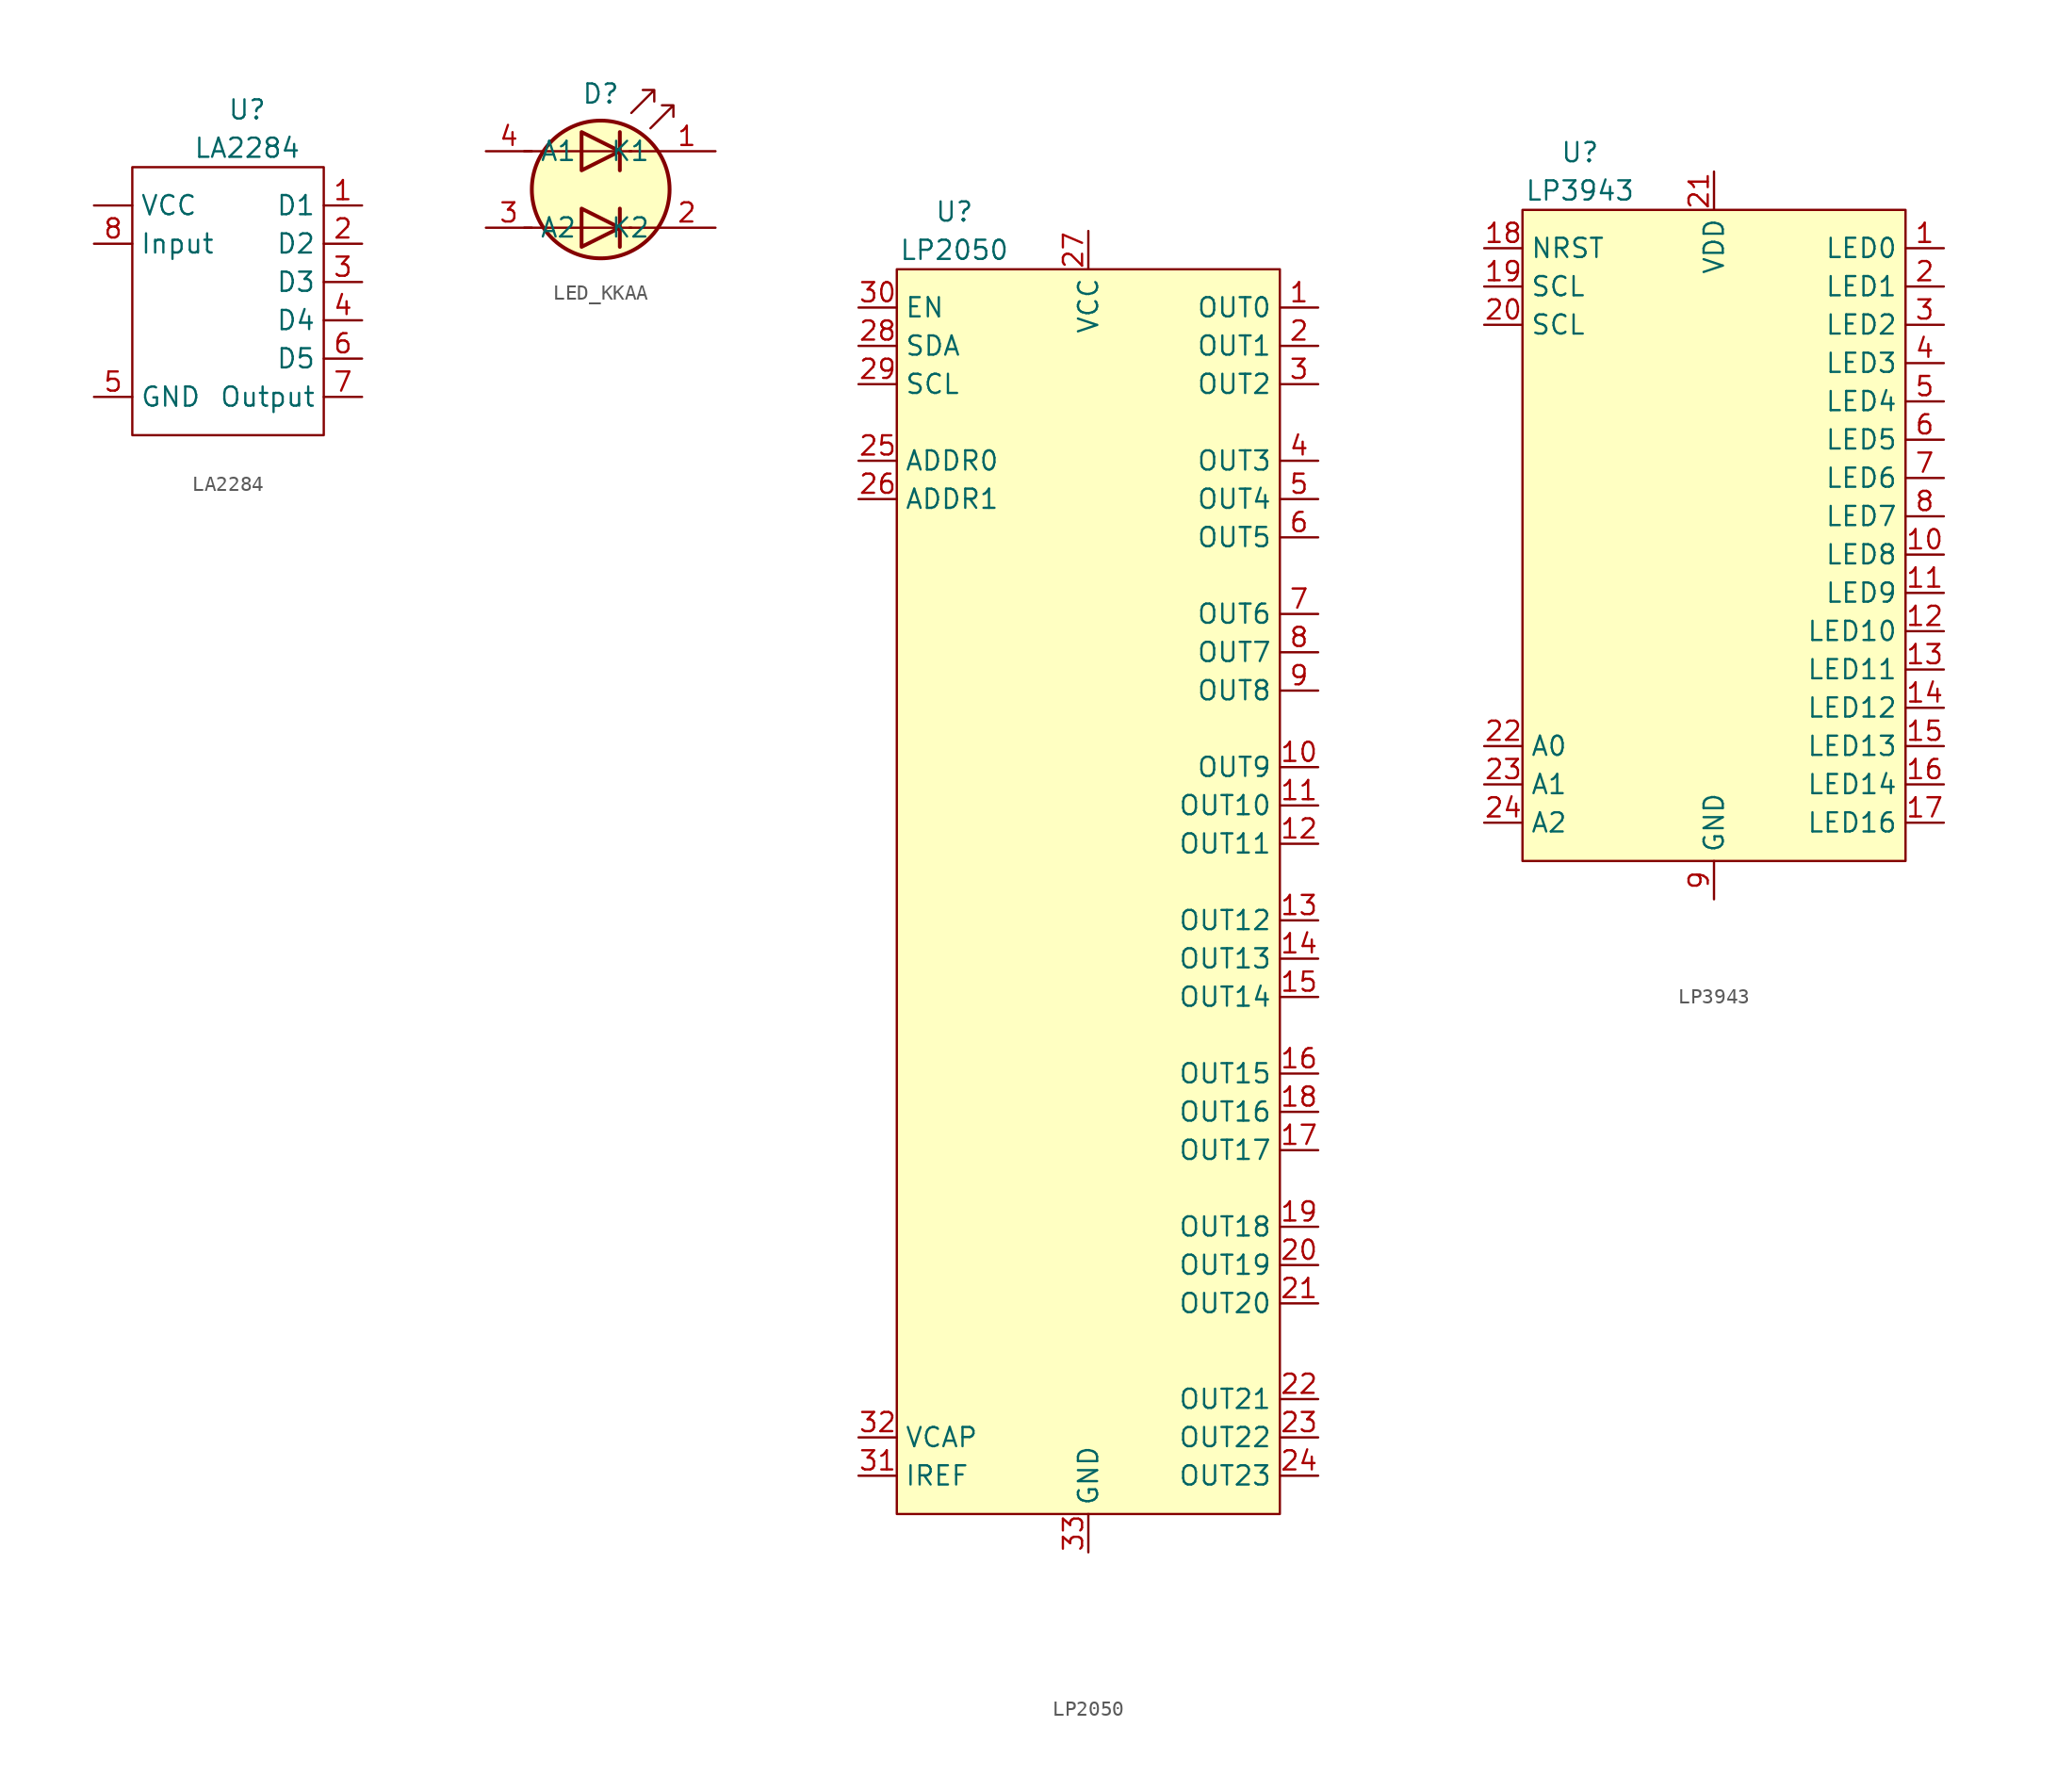
<source format=kicad_sym>
(kicad_symbol_lib
  (version 20220914)
  (generator kicad_symbol_editor)
  (symbol "LA2284"
    (property "Reference" "U"
      (at 7.62 3.81 0)
      (effects (font (size 1.27 1.27))))
    (property "Value" "LA2284"
      (at 7.62 1.27 0)
      (effects (font (size 1.27 1.27))))
    (symbol "LA2284_0_1"
      (rectangle (start 0 0) (end 12.7 -17.78) (stroke (width 0) (type default)) (fill (type none))))
    (symbol "LA2284_1_1"
      (pin passive line (at -2.54 -2.54 0) (length 2.54) (name "VCC" (effects (font (size 1.27 1.27)))) (number "" (effects (font (size 1.27 1.27)))))
      (pin output line (at 15.24 -2.54 180) (length 2.54) (name "D1" (effects (font (size 1.27 1.27)))) (number "1" (effects (font (size 1.27 1.27)))))
      (pin output line (at 15.24 -5.08 180) (length 2.54) (name "D2" (effects (font (size 1.27 1.27)))) (number "2" (effects (font (size 1.27 1.27)))))
      (pin output line (at 15.24 -7.62 180) (length 2.54) (name "D3" (effects (font (size 1.27 1.27)))) (number "3" (effects (font (size 1.27 1.27)))))
      (pin output line (at 15.24 -10.16 180) (length 2.54) (name "D4" (effects (font (size 1.27 1.27)))) (number "4" (effects (font (size 1.27 1.27)))))
      (pin passive line (at -2.54 -15.24 0) (length 2.54) (name "GND" (effects (font (size 1.27 1.27)))) (number "5" (effects (font (size 1.27 1.27)))))
      (pin output line (at 15.24 -12.7 180) (length 2.54) (name "D5" (effects (font (size 1.27 1.27)))) (number "6" (effects (font (size 1.27 1.27)))))
      (pin passive line (at 15.24 -15.24 180) (length 2.54) (name "Output" (effects (font (size 1.27 1.27)))) (number "7" (effects (font (size 1.27 1.27)))))
      (pin input line (at -2.54 -5.08 0) (length 2.54) (name "Input" (effects (font (size 1.27 1.27)))) (number "8" (effects (font (size 1.27 1.27)))))))
  (symbol "LED_KKAA"
    (property "Reference" "D"
      (at 0 1.27 0)
      (effects (font (size 1.27 1.27))))
    (property "Value" ""
      (at 0 0 0)
      (effects (font (size 1.27 1.27))))
    (symbol "LED_KKAA_0_1"
      (circle (center 0 -5.08) (radius 4.572) (stroke (width 0.254) (type default)) (fill (type background)))
      (polyline (pts (xy -5.08 -7.62) (xy 2.032 -7.62)) (stroke (width 0) (type default)) (fill (type none)))
      (polyline (pts (xy -5.08 -2.54) (xy 2.032 -2.54)) (stroke (width 0) (type default)) (fill (type none)))
      (polyline (pts (xy 1.27 -6.35) (xy 1.27 -8.89)) (stroke (width 0.254) (type default)) (fill (type none)))
      (polyline (pts (xy 1.27 -1.27) (xy 1.27 -3.81)) (stroke (width 0.254) (type default)) (fill (type none)))
      (polyline (pts (xy 3.81 -7.62) (xy 1.905 -7.62)) (stroke (width 0) (type default)) (fill (type none)))
      (polyline (pts (xy 3.81 -2.54) (xy 1.905 -2.54)) (stroke (width 0) (type default)) (fill (type none)))
      (polyline (pts (xy -1.27 -6.35) (xy -1.27 -8.89) (xy 1.27 -7.62) (xy -1.27 -6.35)) (stroke (width 0.254) (type default)) (fill (type none)))
      (polyline (pts (xy -1.27 -1.27) (xy -1.27 -3.81) (xy 1.27 -2.54) (xy -1.27 -1.27)) (stroke (width 0.254) (type default)) (fill (type none)))
      (polyline (pts (xy 2.032 0) (xy 3.556 1.524) (xy 2.794 1.524) (xy 3.556 1.524) (xy 3.556 0.762)) (stroke (width 0) (type default)) (fill (type none)))
      (polyline (pts (xy 3.302 -1.016) (xy 4.826 0.508) (xy 4.064 0.508) (xy 4.826 0.508) (xy 4.826 -0.254)) (stroke (width 0) (type default)) (fill (type none))))
    (symbol "LED_KKAA_1_1"
      (pin input line (at 7.62 -2.54 180) (length 3.81) (name "K1" (effects (font (size 1.27 1.27)))) (number "1" (effects (font (size 1.27 1.27)))))
      (pin input line (at 7.62 -7.62 180) (length 3.81) (name "K2" (effects (font (size 1.27 1.27)))) (number "2" (effects (font (size 1.27 1.27)))))
      (pin input line (at -7.62 -7.62 0) (length 3.048) (name "A2" (effects (font (size 1.27 1.27)))) (number "3" (effects (font (size 1.27 1.27)))))
      (pin input line (at -7.62 -2.54 0) (length 3.048) (name "A1" (effects (font (size 1.27 1.27)))) (number "4" (effects (font (size 1.27 1.27)))))))
  (symbol "LP2050"
    (property "Reference" "U"
      (at 3.81 3.81 0)
      (effects (font (size 1.27 1.27))))
    (property "Value" "LP2050"
      (at 3.81 1.27 0)
      (effects (font (size 1.27 1.27))))
    (symbol "LP2050_1_1"
      (rectangle (start 0 0) (end 25.4 -82.55) (stroke (width 0) (type default)) (fill (type background)))
      (pin output line (at 27.94 -2.54 180) (length 2.54) (name "OUT0" (effects (font (size 1.27 1.27)))) (number "1" (effects (font (size 1.27 1.27)))))
      (pin output line (at 27.94 -33.02 180) (length 2.54) (name "OUT9" (effects (font (size 1.27 1.27)))) (number "10" (effects (font (size 1.27 1.27)))))
      (pin output line (at 27.94 -35.56 180) (length 2.54) (name "OUT10" (effects (font (size 1.27 1.27)))) (number "11" (effects (font (size 1.27 1.27)))))
      (pin output line (at 27.94 -38.1 180) (length 2.54) (name "OUT11" (effects (font (size 1.27 1.27)))) (number "12" (effects (font (size 1.27 1.27)))))
      (pin output line (at 27.94 -43.18 180) (length 2.54) (name "OUT12" (effects (font (size 1.27 1.27)))) (number "13" (effects (font (size 1.27 1.27)))))
      (pin output line (at 27.94 -45.72 180) (length 2.54) (name "OUT13" (effects (font (size 1.27 1.27)))) (number "14" (effects (font (size 1.27 1.27)))))
      (pin output line (at 27.94 -48.26 180) (length 2.54) (name "OUT14" (effects (font (size 1.27 1.27)))) (number "15" (effects (font (size 1.27 1.27)))))
      (pin output line (at 27.94 -53.34 180) (length 2.54) (name "OUT15" (effects (font (size 1.27 1.27)))) (number "16" (effects (font (size 1.27 1.27)))))
      (pin output line (at 27.94 -58.42 180) (length 2.54) (name "OUT17" (effects (font (size 1.27 1.27)))) (number "17" (effects (font (size 1.27 1.27)))))
      (pin output line (at 27.94 -55.88 180) (length 2.54) (name "OUT16" (effects (font (size 1.27 1.27)))) (number "18" (effects (font (size 1.27 1.27)))))
      (pin output line (at 27.94 -63.5 180) (length 2.54) (name "OUT18" (effects (font (size 1.27 1.27)))) (number "19" (effects (font (size 1.27 1.27)))))
      (pin output line (at 27.94 -5.08 180) (length 2.54) (name "OUT1" (effects (font (size 1.27 1.27)))) (number "2" (effects (font (size 1.27 1.27)))))
      (pin output line (at 27.94 -66.04 180) (length 2.54) (name "OUT19" (effects (font (size 1.27 1.27)))) (number "20" (effects (font (size 1.27 1.27)))))
      (pin output line (at 27.94 -68.58 180) (length 2.54) (name "OUT20" (effects (font (size 1.27 1.27)))) (number "21" (effects (font (size 1.27 1.27)))))
      (pin output line (at 27.94 -74.93 180) (length 2.54) (name "OUT21" (effects (font (size 1.27 1.27)))) (number "22" (effects (font (size 1.27 1.27)))))
      (pin output line (at 27.94 -77.47 180) (length 2.54) (name "OUT22" (effects (font (size 1.27 1.27)))) (number "23" (effects (font (size 1.27 1.27)))))
      (pin output line (at 27.94 -80.01 180) (length 2.54) (name "OUT23" (effects (font (size 1.27 1.27)))) (number "24" (effects (font (size 1.27 1.27)))))
      (pin input line (at -2.54 -12.7 0) (length 2.54) (name "ADDR0" (effects (font (size 1.27 1.27)))) (number "25" (effects (font (size 1.27 1.27)))))
      (pin input line (at -2.54 -15.24 0) (length 2.54) (name "ADDR1" (effects (font (size 1.27 1.27)))) (number "26" (effects (font (size 1.27 1.27)))))
      (pin power_in line (at 12.7 2.54 270) (length 2.54) (name "VCC" (effects (font (size 1.27 1.27)))) (number "27" (effects (font (size 1.27 1.27)))))
      (pin input line (at -2.54 -5.08 0) (length 2.54) (name "SDA" (effects (font (size 1.27 1.27)))) (number "28" (effects (font (size 1.27 1.27)))))
      (pin input line (at -2.54 -7.62 0) (length 2.54) (name "SCL" (effects (font (size 1.27 1.27)))) (number "29" (effects (font (size 1.27 1.27)))))
      (pin output line (at 27.94 -7.62 180) (length 2.54) (name "OUT2" (effects (font (size 1.27 1.27)))) (number "3" (effects (font (size 1.27 1.27)))))
      (pin input line (at -2.54 -2.54 0) (length 2.54) (name "EN" (effects (font (size 1.27 1.27)))) (number "30" (effects (font (size 1.27 1.27)))))
      (pin input line (at -2.54 -80.01 0) (length 2.54) (name "IREF" (effects (font (size 1.27 1.27)))) (number "31" (effects (font (size 1.27 1.27)))))
      (pin input line (at -2.54 -77.47 0) (length 2.54) (name "VCAP" (effects (font (size 1.27 1.27)))) (number "32" (effects (font (size 1.27 1.27)))))
      (pin power_in line (at 12.7 -85.09 90) (length 2.54) (name "GND" (effects (font (size 1.27 1.27)))) (number "33" (effects (font (size 1.27 1.27)))))
      (pin output line (at 27.94 -12.7 180) (length 2.54) (name "OUT3" (effects (font (size 1.27 1.27)))) (number "4" (effects (font (size 1.27 1.27)))))
      (pin output line (at 27.94 -15.24 180) (length 2.54) (name "OUT4" (effects (font (size 1.27 1.27)))) (number "5" (effects (font (size 1.27 1.27)))))
      (pin output line (at 27.94 -17.78 180) (length 2.54) (name "OUT5" (effects (font (size 1.27 1.27)))) (number "6" (effects (font (size 1.27 1.27)))))
      (pin output line (at 27.94 -22.86 180) (length 2.54) (name "OUT6" (effects (font (size 1.27 1.27)))) (number "7" (effects (font (size 1.27 1.27)))))
      (pin output line (at 27.94 -25.4 180) (length 2.54) (name "OUT7" (effects (font (size 1.27 1.27)))) (number "8" (effects (font (size 1.27 1.27)))))
      (pin output line (at 27.94 -27.94 180) (length 2.54) (name "OUT8" (effects (font (size 1.27 1.27)))) (number "9" (effects (font (size 1.27 1.27)))))))
  (symbol "LP3943"
    (property "Reference" "U"
      (at -8.89 3.81 0)
      (effects (font (size 1.27 1.27))))
    (property "Value" "LP3943"
      (at -8.89 1.27 0)
      (effects (font (size 1.27 1.27))))
    (symbol "LP3943_1_1"
      (rectangle (start -12.7 0) (end 12.7 -43.18) (stroke (width 0) (type default)) (fill (type background)))
      (pin output line (at 15.24 -2.54 180) (length 2.54) (name "LED0" (effects (font (size 1.27 1.27)))) (number "1" (effects (font (size 1.27 1.27)))))
      (pin output line (at 15.24 -22.86 180) (length 2.54) (name "LED8" (effects (font (size 1.27 1.27)))) (number "10" (effects (font (size 1.27 1.27)))))
      (pin output line (at 15.24 -25.4 180) (length 2.54) (name "LED9" (effects (font (size 1.27 1.27)))) (number "11" (effects (font (size 1.27 1.27)))))
      (pin output line (at 15.24 -27.94 180) (length 2.54) (name "LED10" (effects (font (size 1.27 1.27)))) (number "12" (effects (font (size 1.27 1.27)))))
      (pin output line (at 15.24 -30.48 180) (length 2.54) (name "LED11" (effects (font (size 1.27 1.27)))) (number "13" (effects (font (size 1.27 1.27)))))
      (pin output line (at 15.24 -33.02 180) (length 2.54) (name "LED12" (effects (font (size 1.27 1.27)))) (number "14" (effects (font (size 1.27 1.27)))))
      (pin output line (at 15.24 -35.56 180) (length 2.54) (name "LED13" (effects (font (size 1.27 1.27)))) (number "15" (effects (font (size 1.27 1.27)))))
      (pin output line (at 15.24 -38.1 180) (length 2.54) (name "LED14" (effects (font (size 1.27 1.27)))) (number "16" (effects (font (size 1.27 1.27)))))
      (pin output line (at 15.24 -40.64 180) (length 2.54) (name "LED16" (effects (font (size 1.27 1.27)))) (number "17" (effects (font (size 1.27 1.27)))))
      (pin input line (at -15.24 -2.54 0) (length 2.54) (name "NRST" (effects (font (size 1.27 1.27)))) (number "18" (effects (font (size 1.27 1.27)))))
      (pin input line (at -15.24 -5.08 0) (length 2.54) (name "SCL" (effects (font (size 1.27 1.27)))) (number "19" (effects (font (size 1.27 1.27)))))
      (pin output line (at 15.24 -5.08 180) (length 2.54) (name "LED1" (effects (font (size 1.27 1.27)))) (number "2" (effects (font (size 1.27 1.27)))))
      (pin bidirectional line (at -15.24 -7.62 0) (length 2.54) (name "SCL" (effects (font (size 1.27 1.27)))) (number "20" (effects (font (size 1.27 1.27)))))
      (pin power_in line (at 0 2.54 270) (length 2.54) (name "VDD" (effects (font (size 1.27 1.27)))) (number "21" (effects (font (size 1.27 1.27)))))
      (pin input line (at -15.24 -35.56 0) (length 2.54) (name "A0" (effects (font (size 1.27 1.27)))) (number "22" (effects (font (size 1.27 1.27)))))
      (pin input line (at -15.24 -38.1 0) (length 2.54) (name "A1" (effects (font (size 1.27 1.27)))) (number "23" (effects (font (size 1.27 1.27)))))
      (pin input line (at -15.24 -40.64 0) (length 2.54) (name "A2" (effects (font (size 1.27 1.27)))) (number "24" (effects (font (size 1.27 1.27)))))
      (pin power_in line (at 0 -45.72 90) (length 2.54) hide (name "GND" (effects (font (size 1.27 1.27)))) (number "25" (effects (font (size 1.27 1.27)))))
      (pin output line (at 15.24 -7.62 180) (length 2.54) (name "LED2" (effects (font (size 1.27 1.27)))) (number "3" (effects (font (size 1.27 1.27)))))
      (pin output line (at 15.24 -10.16 180) (length 2.54) (name "LED3" (effects (font (size 1.27 1.27)))) (number "4" (effects (font (size 1.27 1.27)))))
      (pin output line (at 15.24 -12.7 180) (length 2.54) (name "LED4" (effects (font (size 1.27 1.27)))) (number "5" (effects (font (size 1.27 1.27)))))
      (pin output line (at 15.24 -15.24 180) (length 2.54) (name "LED5" (effects (font (size 1.27 1.27)))) (number "6" (effects (font (size 1.27 1.27)))))
      (pin output line (at 15.24 -17.78 180) (length 2.54) (name "LED6" (effects (font (size 1.27 1.27)))) (number "7" (effects (font (size 1.27 1.27)))))
      (pin output line (at 15.24 -20.32 180) (length 2.54) (name "LED7" (effects (font (size 1.27 1.27)))) (number "8" (effects (font (size 1.27 1.27)))))
      (pin power_in line (at 0 -45.72 90) (length 2.54) (name "GND" (effects (font (size 1.27 1.27)))) (number "9" (effects (font (size 1.27 1.27))))))))
</source>
